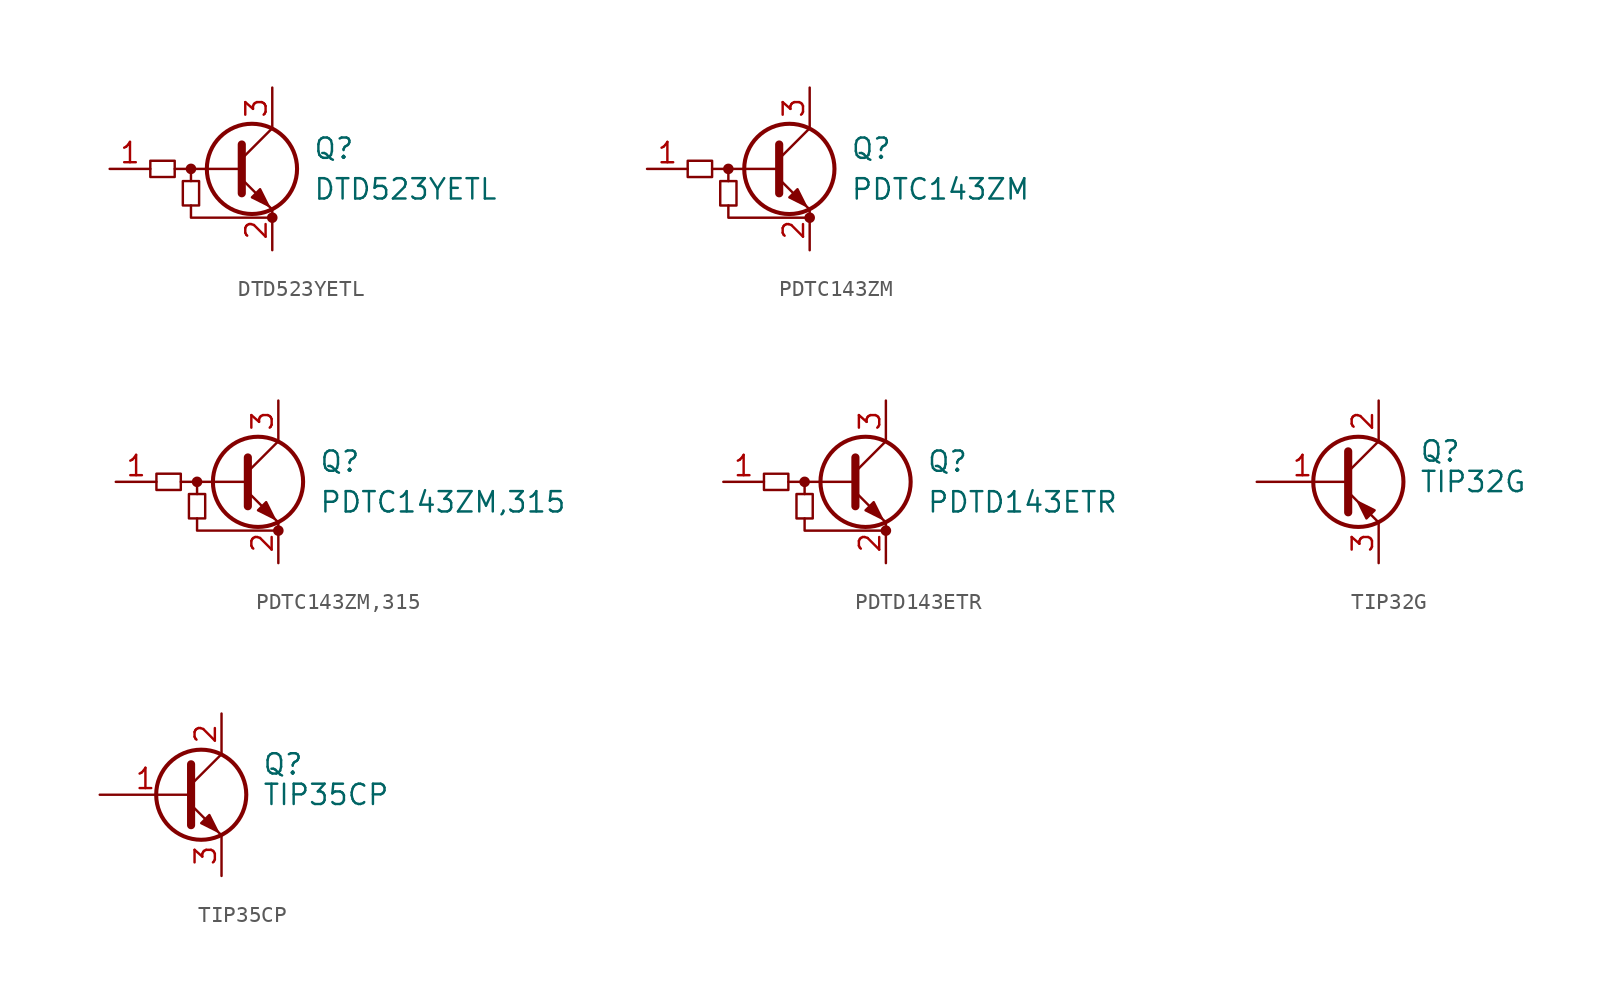
<source format=kicad_sym>
(kicad_symbol_lib
  (version 20220914)
  (generator kicad_symbol_editor)
  (symbol "DTD523YETL"
    (pin_names hide)
    (property "Reference" "Q"
      (at 3.81 1.27 0)
      (effects (font (size 1.27 1.27)) (justify left)))
    (property "Value" "DTD523YETL"
      (at 3.81 -1.27 0)
      (effects (font (size 1.27 1.27)) (justify left)))
    (symbol "DTD523YETL_0_1"
      (rectangle (start -6.35 0.508) (end -4.826 -0.508) (stroke (width 0) (type default)) (fill (type none)))
      (rectangle (start -4.318 -2.286) (end -3.302 -0.762) (stroke (width 0) (type default)) (fill (type none)))
      (circle (center -3.81 0) (radius 0.254) (stroke (width 0) (type default)) (fill (type outline)))
      (polyline (pts (xy -3.81 -0.762) (xy -3.81 0)) (stroke (width 0) (type default)) (fill (type none)))
      (polyline (pts (xy -0.762 0) (xy -4.826 0)) (stroke (width 0) (type default)) (fill (type none)))
      (polyline (pts (xy -0.635 1.524) (xy -0.635 -1.524)) (stroke (width 0.508) (type default)) (fill (type none)))
      (polyline (pts (xy -3.81 -2.286) (xy -3.81 -3.048) (xy 1.27 -3.048)) (stroke (width 0) (type default)) (fill (type none)))
      (circle (center 1.27 -3.048) (radius 0.254) (stroke (width 0) (type default)) (fill (type outline))))
    (symbol "DTD523YETL_1_1"
      (polyline (pts (xy -0.635 0.635) (xy 1.27 2.54)) (stroke (width 0) (type default)) (fill (type none)))
      (polyline (pts (xy -0.635 -0.635) (xy 1.27 -2.54) (xy 1.27 -2.54)) (stroke (width 0) (type default)) (fill (type none)))
      (polyline (pts (xy 0 -1.778) (xy 0.508 -1.27) (xy 1.016 -2.286) (xy 0 -1.778) (xy 0 -1.778)) (stroke (width 0) (type default)) (fill (type outline)))
      (circle (center 0 0) (radius 2.819) (stroke (width 0.254) (type default)) (fill (type none)))
      (pin input line (at -8.89 0 0) (length 2.54) (name "B" (effects (font (size 1.27 1.27)))) (number "1" (effects (font (size 1.27 1.27)))))
      (pin passive line (at 1.27 -5.08 90) (length 2.54) (name "E" (effects (font (size 1.27 1.27)))) (number "2" (effects (font (size 1.27 1.27)))))
      (pin passive line (at 1.27 5.08 270) (length 2.54) (name "C" (effects (font (size 1.27 1.27)))) (number "3" (effects (font (size 1.27 1.27)))))))
  (symbol "PDTC143ZM"
    (pin_names hide)
    (property "Reference" "Q"
      (at 3.81 1.27 0)
      (effects (font (size 1.27 1.27)) (justify left)))
    (property "Value" "PDTC143ZM"
      (at 3.81 -1.27 0)
      (effects (font (size 1.27 1.27)) (justify left)))
    (symbol "PDTC143ZM_0_1"
      (rectangle (start -6.35 0.508) (end -4.826 -0.508) (stroke (width 0) (type default)) (fill (type none)))
      (rectangle (start -4.318 -2.286) (end -3.302 -0.762) (stroke (width 0) (type default)) (fill (type none)))
      (circle (center -3.81 0) (radius 0.254) (stroke (width 0) (type default)) (fill (type outline)))
      (polyline (pts (xy -3.81 -0.762) (xy -3.81 0)) (stroke (width 0) (type default)) (fill (type none)))
      (polyline (pts (xy -0.762 0) (xy -4.826 0)) (stroke (width 0) (type default)) (fill (type none)))
      (polyline (pts (xy -0.635 1.524) (xy -0.635 -1.524)) (stroke (width 0.508) (type default)) (fill (type none)))
      (polyline (pts (xy -3.81 -2.286) (xy -3.81 -3.048) (xy 1.27 -3.048)) (stroke (width 0) (type default)) (fill (type none)))
      (circle (center 1.27 -3.048) (radius 0.254) (stroke (width 0) (type default)) (fill (type outline))))
    (symbol "PDTC143ZM_1_1"
      (polyline (pts (xy -0.635 0.635) (xy 1.27 2.54)) (stroke (width 0) (type default)) (fill (type none)))
      (polyline (pts (xy -0.635 -0.635) (xy 1.27 -2.54) (xy 1.27 -2.54)) (stroke (width 0) (type default)) (fill (type none)))
      (polyline (pts (xy 0 -1.778) (xy 0.508 -1.27) (xy 1.016 -2.286) (xy 0 -1.778) (xy 0 -1.778)) (stroke (width 0) (type default)) (fill (type outline)))
      (circle (center 0 0) (radius 2.819) (stroke (width 0.254) (type default)) (fill (type none)))
      (pin input line (at -8.89 0 0) (length 2.54) (name "B" (effects (font (size 1.27 1.27)))) (number "1" (effects (font (size 1.27 1.27)))))
      (pin passive line (at 1.27 -5.08 90) (length 2.54) (name "E" (effects (font (size 1.27 1.27)))) (number "2" (effects (font (size 1.27 1.27)))))
      (pin passive line (at 1.27 5.08 270) (length 2.54) (name "C" (effects (font (size 1.27 1.27)))) (number "3" (effects (font (size 1.27 1.27)))))))
  (symbol "PDTC143ZM,315"
    (pin_names hide)
    (property "Reference" "Q"
      (at 3.81 1.27 0)
      (effects (font (size 1.27 1.27)) (justify left)))
    (property "Value" "PDTC143ZM,315"
      (at 3.81 -1.27 0)
      (effects (font (size 1.27 1.27)) (justify left)))
    (symbol "PDTC143ZM,315_0_1"
      (rectangle (start -6.35 0.508) (end -4.826 -0.508) (stroke (width 0) (type default)) (fill (type none)))
      (rectangle (start -4.318 -2.286) (end -3.302 -0.762) (stroke (width 0) (type default)) (fill (type none)))
      (circle (center -3.81 0) (radius 0.254) (stroke (width 0) (type default)) (fill (type outline)))
      (polyline (pts (xy -3.81 -0.762) (xy -3.81 0)) (stroke (width 0) (type default)) (fill (type none)))
      (polyline (pts (xy -0.762 0) (xy -4.826 0)) (stroke (width 0) (type default)) (fill (type none)))
      (polyline (pts (xy -0.635 1.524) (xy -0.635 -1.524)) (stroke (width 0.508) (type default)) (fill (type none)))
      (polyline (pts (xy -3.81 -2.286) (xy -3.81 -3.048) (xy 1.27 -3.048)) (stroke (width 0) (type default)) (fill (type none)))
      (circle (center 1.27 -3.048) (radius 0.254) (stroke (width 0) (type default)) (fill (type outline))))
    (symbol "PDTC143ZM,315_1_1"
      (polyline (pts (xy -0.635 0.635) (xy 1.27 2.54)) (stroke (width 0) (type default)) (fill (type none)))
      (polyline (pts (xy -0.635 -0.635) (xy 1.27 -2.54) (xy 1.27 -2.54)) (stroke (width 0) (type default)) (fill (type none)))
      (polyline (pts (xy 0 -1.778) (xy 0.508 -1.27) (xy 1.016 -2.286) (xy 0 -1.778) (xy 0 -1.778)) (stroke (width 0) (type default)) (fill (type outline)))
      (circle (center 0 0) (radius 2.819) (stroke (width 0.254) (type default)) (fill (type none)))
      (pin input line (at -8.89 0 0) (length 2.54) (name "B" (effects (font (size 1.27 1.27)))) (number "1" (effects (font (size 1.27 1.27)))))
      (pin passive line (at 1.27 -5.08 90) (length 2.54) (name "E" (effects (font (size 1.27 1.27)))) (number "2" (effects (font (size 1.27 1.27)))))
      (pin passive line (at 1.27 5.08 270) (length 2.54) (name "C" (effects (font (size 1.27 1.27)))) (number "3" (effects (font (size 1.27 1.27)))))))
  (symbol "PDTD143ETR"
    (pin_names hide)
    (property "Reference" "Q"
      (at 3.81 1.27 0)
      (effects (font (size 1.27 1.27)) (justify left)))
    (property "Value" "PDTD143ETR"
      (at 3.81 -1.27 0)
      (effects (font (size 1.27 1.27)) (justify left)))
    (symbol "PDTD143ETR_0_1"
      (rectangle (start -6.35 0.508) (end -4.826 -0.508) (stroke (width 0) (type default)) (fill (type none)))
      (rectangle (start -4.318 -2.286) (end -3.302 -0.762) (stroke (width 0) (type default)) (fill (type none)))
      (circle (center -3.81 0) (radius 0.254) (stroke (width 0) (type default)) (fill (type outline)))
      (polyline (pts (xy -3.81 -0.762) (xy -3.81 0)) (stroke (width 0) (type default)) (fill (type none)))
      (polyline (pts (xy -0.762 0) (xy -4.826 0)) (stroke (width 0) (type default)) (fill (type none)))
      (polyline (pts (xy -0.635 1.524) (xy -0.635 -1.524)) (stroke (width 0.508) (type default)) (fill (type none)))
      (polyline (pts (xy -3.81 -2.286) (xy -3.81 -3.048) (xy 1.27 -3.048)) (stroke (width 0) (type default)) (fill (type none)))
      (circle (center 1.27 -3.048) (radius 0.254) (stroke (width 0) (type default)) (fill (type outline))))
    (symbol "PDTD143ETR_1_1"
      (polyline (pts (xy -0.635 0.635) (xy 1.27 2.54)) (stroke (width 0) (type default)) (fill (type none)))
      (polyline (pts (xy -0.635 -0.635) (xy 1.27 -2.54) (xy 1.27 -2.54)) (stroke (width 0) (type default)) (fill (type none)))
      (polyline (pts (xy 0 -1.778) (xy 0.508 -1.27) (xy 1.016 -2.286) (xy 0 -1.778) (xy 0 -1.778)) (stroke (width 0) (type default)) (fill (type outline)))
      (circle (center 0 0) (radius 2.819) (stroke (width 0.254) (type default)) (fill (type none)))
      (pin input line (at -8.89 0 0) (length 2.54) (name "B" (effects (font (size 1.27 1.27)))) (number "1" (effects (font (size 1.27 1.27)))))
      (pin passive line (at 1.27 -5.08 90) (length 2.54) (name "E" (effects (font (size 1.27 1.27)))) (number "2" (effects (font (size 1.27 1.27)))))
      (pin passive line (at 1.27 5.08 270) (length 2.54) (name "C" (effects (font (size 1.27 1.27)))) (number "3" (effects (font (size 1.27 1.27)))))))
  (symbol "TIP32G"
    (pin_names
      (offset 0) hide)
    (property "Reference" "Q"
      (at 5.08 1.905 0)
      (effects (font (size 1.27 1.27)) (justify left)))
    (property "Value" "TIP32G"
      (at 5.08 0 0)
      (effects (font (size 1.27 1.27)) (justify left)))
    (symbol "TIP32G_0_1"
      (polyline (pts (xy 0.635 0.635) (xy 2.54 2.54)) (stroke (width 0) (type default)) (fill (type none)))
      (polyline (pts (xy 0.635 -0.635) (xy 2.54 -2.54) (xy 2.54 -2.54)) (stroke (width 0) (type default)) (fill (type none)))
      (polyline (pts (xy 0.635 1.905) (xy 0.635 -1.905) (xy 0.635 -1.905)) (stroke (width 0.508) (type default)) (fill (type none)))
      (polyline (pts (xy 2.286 -1.778) (xy 1.778 -2.286) (xy 1.27 -1.27) (xy 2.286 -1.778) (xy 2.286 -1.778)) (stroke (width 0) (type default)) (fill (type outline)))
      (circle (center 1.27 0) (radius 2.819) (stroke (width 0.254) (type default)) (fill (type none))))
    (symbol "TIP32G_1_1"
      (pin input line (at -5.08 0 0) (length 5.715) (name "B" (effects (font (size 1.27 1.27)))) (number "1" (effects (font (size 1.27 1.27)))))
      (pin passive line (at 2.54 5.08 270) (length 2.54) (name "C" (effects (font (size 1.27 1.27)))) (number "2" (effects (font (size 1.27 1.27)))))
      (pin passive line (at 2.54 -5.08 90) (length 2.54) (name "E" (effects (font (size 1.27 1.27)))) (number "3" (effects (font (size 1.27 1.27)))))))
  (symbol "TIP35CP"
    (pin_names
      (offset 0) hide)
    (property "Reference" "Q"
      (at 5.08 1.905 0)
      (effects (font (size 1.27 1.27)) (justify left)))
    (property "Value" "TIP35CP"
      (at 5.08 0 0)
      (effects (font (size 1.27 1.27)) (justify left)))
    (symbol "TIP35CP_0_1"
      (polyline (pts (xy 0.635 0.635) (xy 2.54 2.54)) (stroke (width 0) (type default)) (fill (type none)))
      (polyline (pts (xy 0.635 -0.635) (xy 2.54 -2.54) (xy 2.54 -2.54)) (stroke (width 0) (type default)) (fill (type none)))
      (polyline (pts (xy 0.635 1.905) (xy 0.635 -1.905) (xy 0.635 -1.905)) (stroke (width 0.508) (type default)) (fill (type none)))
      (polyline (pts (xy 1.27 -1.778) (xy 1.778 -1.27) (xy 2.286 -2.286) (xy 1.27 -1.778) (xy 1.27 -1.778)) (stroke (width 0) (type default)) (fill (type outline)))
      (circle (center 1.27 0) (radius 2.819) (stroke (width 0.254) (type default)) (fill (type none))))
    (symbol "TIP35CP_1_1"
      (pin passive line (at -5.08 0 0) (length 5.715) (name "B" (effects (font (size 1.27 1.27)))) (number "1" (effects (font (size 1.27 1.27)))))
      (pin passive line (at 2.54 5.08 270) (length 2.54) (name "C" (effects (font (size 1.27 1.27)))) (number "2" (effects (font (size 1.27 1.27)))))
      (pin passive line (at 2.54 -5.08 90) (length 2.54) (name "E" (effects (font (size 1.27 1.27)))) (number "3" (effects (font (size 1.27 1.27))))))))
</source>
